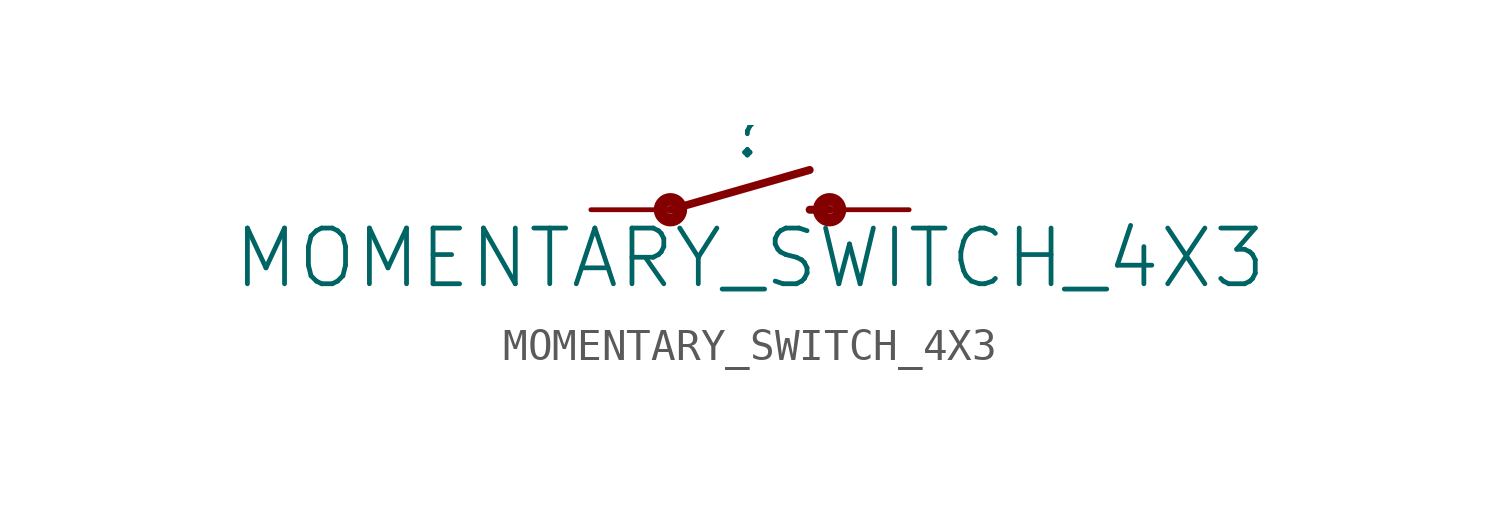
<source format=kicad_sym>
(kicad_symbol_lib
  (version 20211014)
  (generator kicad_symbol_editor)
  (symbol "MOMENTARY_SWITCH_4X3"
    (property "Reference" ""
      (at 0 1.524 0)
      (effects (font (size 1.778 1.778)) (justify bottom)))
    (property "Value" "MOMENTARY_SWITCH_4X3"
      (at 0 -0.508 0)
      (effects (font (size 1.778 1.778)) (justify top)))
    (property "ki_locked" ""
      (at 0 0 0)
      (effects (font (size 1.27 1.27))))
    (symbol "MOMENTARY_SWITCH_4X3_1_0"
      (circle (center -2.54 0) (radius 0.127) (stroke (width 0.406) (type default) (color 0 0 0 0)) (fill (type none)))
      (polyline (pts (xy -2.54 0) (xy 1.905 1.27)) (stroke (width 0.254) (type default) (color 0 0 0 0)) (fill (type none)))
      (polyline (pts (xy 1.905 0) (xy 2.54 0)) (stroke (width 0.254) (type default) (color 0 0 0 0)) (fill (type none)))
      (circle (center 2.54 0) (radius 0.127) (stroke (width 0.406) (type default) (color 0 0 0 0)) (fill (type none)))
      (pin passive line (at -5.08 0 0) (length 2.54) (name "1" (effects (font (size 0 0)))) (number "P$1" (effects (font (size 0 0)))))
      (pin passive line (at 5.08 0 180) (length 2.54) (name "2" (effects (font (size 0 0)))) (number "P$2" (effects (font (size 0 0))))))))
</source>
